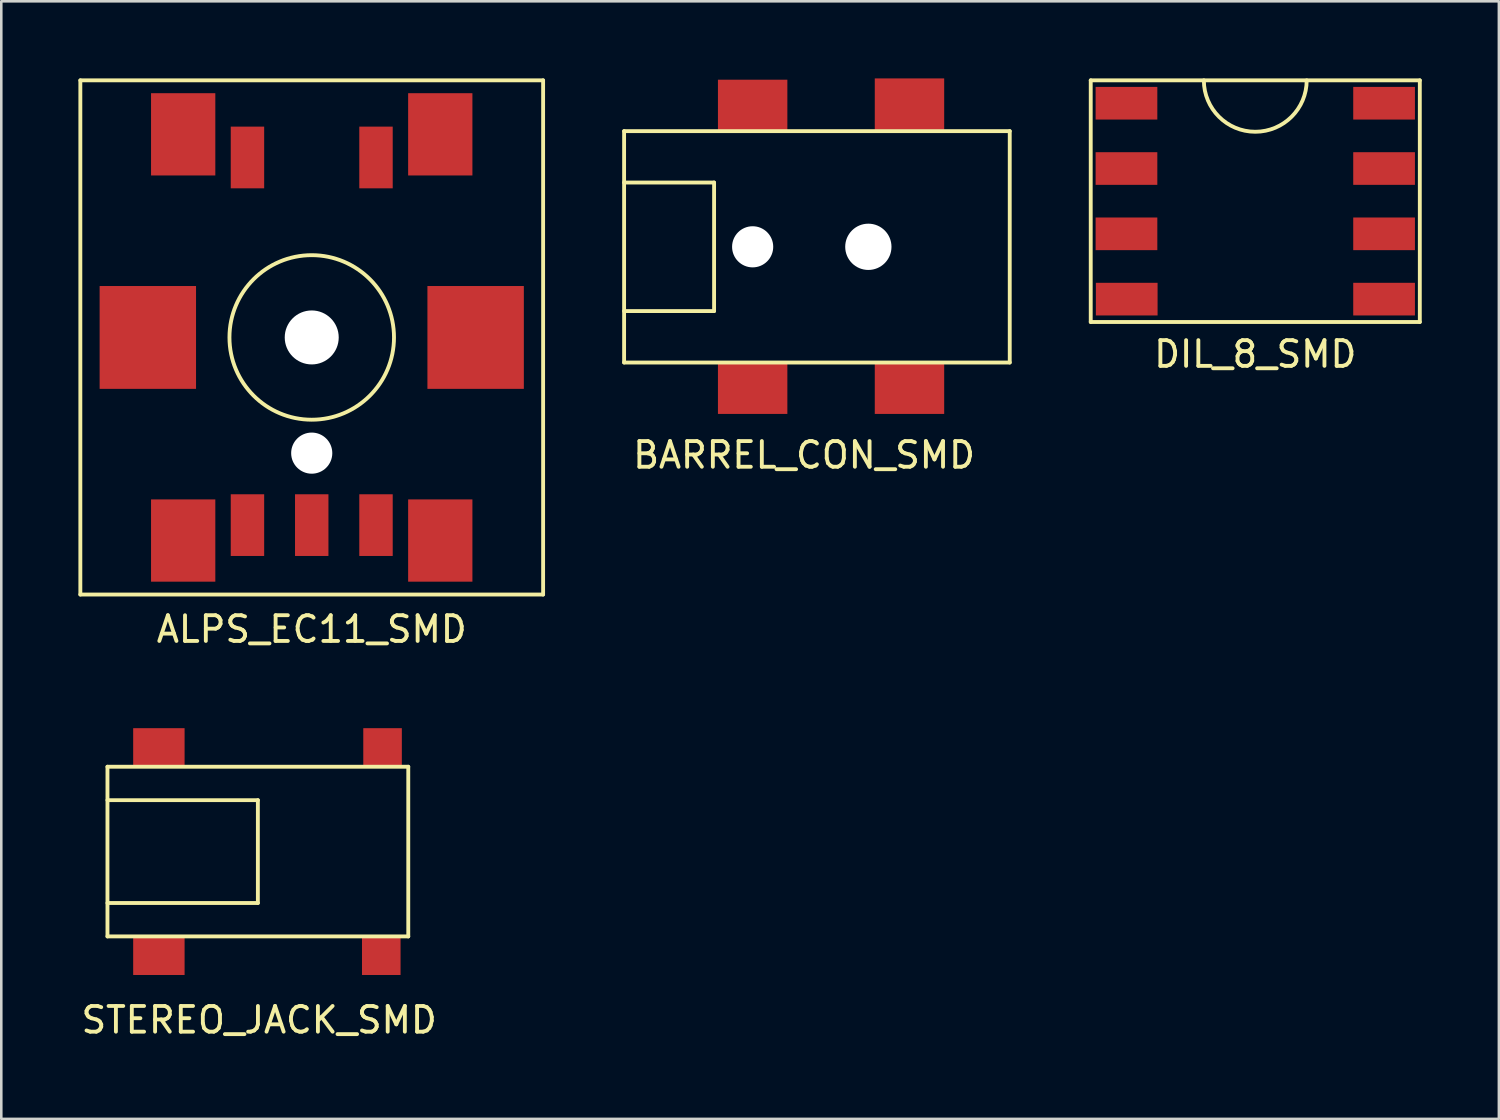
<source format=kicad_pcb>
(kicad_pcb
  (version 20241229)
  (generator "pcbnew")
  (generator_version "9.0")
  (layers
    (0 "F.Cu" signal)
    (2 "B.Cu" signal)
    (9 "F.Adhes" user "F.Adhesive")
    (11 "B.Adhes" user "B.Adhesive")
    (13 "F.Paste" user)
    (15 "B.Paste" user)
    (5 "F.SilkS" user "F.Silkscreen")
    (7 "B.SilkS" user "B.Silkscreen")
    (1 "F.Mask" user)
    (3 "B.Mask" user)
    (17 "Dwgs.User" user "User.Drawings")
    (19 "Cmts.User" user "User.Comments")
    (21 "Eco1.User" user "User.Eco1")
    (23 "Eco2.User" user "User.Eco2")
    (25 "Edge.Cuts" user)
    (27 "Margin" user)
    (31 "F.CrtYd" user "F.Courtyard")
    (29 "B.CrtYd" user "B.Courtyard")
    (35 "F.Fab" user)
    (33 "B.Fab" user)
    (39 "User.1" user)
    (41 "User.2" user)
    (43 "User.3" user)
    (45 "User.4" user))
  (footprint "STEREO_JACK_SMD"
    (layer "F.Cu")
    (at 6.98 30.073)
    (property "Reference" "STEREO_JACK_SMD" (at 0.05 6.55 0) (layer "F.SilkS") (effects (font (size 1 1) (thickness 0.15))))
    (attr through_hole)
    (fp_line (start -5.85 -3.3) (end -5.85 3.3) (stroke (width 0.15) (type solid)) (layer "F.SilkS"))
    (fp_line (start -5.85 -3.3) (end 5.85 -3.3) (stroke (width 0.15) (type solid)) (layer "F.SilkS"))
    (fp_line (start -5.85 -2) (end 0 -2) (stroke (width 0.15) (type solid)) (layer "F.SilkS"))
    (fp_line (start -5.85 3.3) (end 5.85 3.3) (stroke (width 0.15) (type solid)) (layer "F.SilkS"))
    (fp_line (start 0 -2) (end 0 2) (stroke (width 0.15) (type solid)) (layer "F.SilkS"))
    (fp_line (start 0 2) (end -5.85 2) (stroke (width 0.15) (type solid)) (layer "F.SilkS"))
    (fp_line (start 5.85 -3.3) (end 5.85 3.3) (stroke (width 0.15) (type solid)) (layer "F.SilkS"))
    (pad "R" smd rect (at 4.8 4.05) (size 1.5 1.5) (layers "F.Cu" "F.Mask" "F.Paste"))
    (pad "S" smd rect (at -3.85 -4.05) (size 2 1.5) (layers "F.Cu" "F.Mask" "F.Paste"))
    (pad "S" smd rect (at -3.85 4.05) (size 2 1.5) (layers "F.Cu" "F.Mask" "F.Paste"))
    (pad "T" smd rect (at 4.85 -4.05) (size 1.5 1.5) (layers "F.Cu" "F.Mask" "F.Paste")))
  (footprint "DIL_8_SMD"
    (layer "F.Cu")
    (at 45.775 4.775)
    (property "Reference" "DIL_8_SMD" (at 0 5.95 0) (layer "F.SilkS") (effects (font (size 1 1) (thickness 0.15))))
    (attr through_hole)
    (fp_line (start -6.4 -4.7) (end 6.4 -4.7) (stroke (width 0.15) (type solid)) (layer "F.SilkS"))
    (fp_line (start -6.4 4.7) (end -6.4 -4.7) (stroke (width 0.15) (type solid)) (layer "F.SilkS"))
    (fp_line (start 6.4 -4.7) (end 6.4 4.7) (stroke (width 0.15) (type solid)) (layer "F.SilkS"))
    (fp_line (start 6.4 4.7) (end -6.4 4.7) (stroke (width 0.15) (type solid)) (layer "F.SilkS"))
    (fp_arc (start 2 -4.7) (mid 0 -2.7) (end -2 -4.7) (stroke (width 0.15) (type solid)) (layer "F.SilkS"))
    (pad "1" smd rect (at -5.01 -3.81) (size 2.4 1.27) (layers "F.Cu" "F.Mask" "F.Paste"))
    (pad "2" smd rect (at -5.01 -1.27) (size 2.4 1.27) (layers "F.Cu" "F.Mask" "F.Paste"))
    (pad "3" smd rect (at -5.01 1.27) (size 2.4 1.27) (layers "F.Cu" "F.Mask" "F.Paste"))
    (pad "4" smd rect (at -5 3.81) (size 2.4 1.27) (layers "F.Cu" "F.Mask" "F.Paste"))
    (pad "5" smd rect (at 5.01 3.81) (size 2.4 1.27) (layers "F.Cu" "F.Mask" "F.Paste"))
    (pad "6" smd rect (at 5.01 1.27) (size 2.4 1.27) (layers "F.Cu" "F.Mask" "F.Paste"))
    (pad "7" smd rect (at 5.01 -1.27) (size 2.4 1.27) (layers "F.Cu" "F.Mask" "F.Paste"))
    (pad "8" smd rect (at 5.01 -3.81) (size 2.4 1.27) (layers "F.Cu" "F.Mask" "F.Paste")))
  (footprint "BARREL_CON_SMD"
    (layer "F.Cu")
    (at 28.225 6.55)
    (property "Reference" "BARREL_CON_SMD" (at 0 8.1 0) (layer "F.SilkS") (effects (font (size 1 1) (thickness 0.15))))
    (attr through_hole)
    (fp_line (start -7 -4.5) (end 8 -4.5) (stroke (width 0.15) (type solid)) (layer "F.SilkS"))
    (fp_line (start -7 -2.5) (end -3.5 -2.5) (stroke (width 0.15) (type solid)) (layer "F.SilkS"))
    (fp_line (start -7 4.5) (end -7 -4.5) (stroke (width 0.15) (type solid)) (layer "F.SilkS"))
    (fp_line (start -3.5 -2.5) (end -3.5 2.5) (stroke (width 0.15) (type solid)) (layer "F.SilkS"))
    (fp_line (start -3.5 2.5) (end -7 2.5) (stroke (width 0.15) (type solid)) (layer "F.SilkS"))
    (fp_line (start 8 -4.5) (end 8 4.5) (stroke (width 0.15) (type solid)) (layer "F.SilkS"))
    (fp_line (start 8 4.5) (end -7 4.5) (stroke (width 0.15) (type solid)) (layer "F.SilkS"))
    (pad "" np_thru_hole circle (at -2 0) (size 1.6 1.6) (drill 1.6) (layers "*.Cu" "*.Mask"))
    (pad "" np_thru_hole circle (at 2.5 0) (size 1.8 1.8) (drill 1.8) (layers "*.Cu" "*.Mask"))
    (pad "1" smd rect (at -2 -5.5) (size 2.7 2) (layers "F.Cu" "F.Mask" "F.Paste"))
    (pad "1" smd rect (at 4.1 -5.55) (size 2.7 2) (layers "F.Cu" "F.Mask" "F.Paste"))
    (pad "2" smd rect (at -2 5.5) (size 2.7 2) (layers "F.Cu" "F.Mask" "F.Paste"))
    (pad "3" smd rect (at 4.1 5.5) (size 2.7 2) (layers "F.Cu" "F.Mask" "F.Paste")))
  (footprint "ALPS_EC11_SMD"
    (layer "F.Cu")
    (at 9.075 10.075)
    (property "Reference" "ALPS_EC11_SMD" (at 0 11.35 0) (layer "F.SilkS") (effects (font (size 1 1) (thickness 0.15))))
    (attr through_hole)
    (fp_line (start -9 -10) (end 9 -10) (stroke (width 0.15) (type solid)) (layer "F.SilkS"))
    (fp_line (start -9 10) (end -9 -10) (stroke (width 0.15) (type solid)) (layer "F.SilkS"))
    (fp_line (start 9 -10) (end 9 10) (stroke (width 0.15) (type solid)) (layer "F.SilkS"))
    (fp_line (start 9 10) (end -9 10) (stroke (width 0.15) (type solid)) (layer "F.SilkS"))
    (fp_circle (center 0 0) (end 3.2 0) (stroke (width 0.15) (type solid)) (fill no) (layer "F.SilkS"))
    (pad "" np_thru_hole circle (at 0 0) (size 2.1 2.1) (drill 2.1) (layers "*.Cu" "*.Mask"))
    (pad "" np_thru_hole circle (at 0 4.5) (size 1.6 1.6) (drill 1.6) (layers "*.Cu" "*.Mask"))
    (pad "A" smd rect (at -2.5 7.3) (size 1.3 2.4) (layers "F.Cu" "F.Mask" "F.Paste"))
    (pad "B" smd rect (at 2.5 7.3) (size 1.3 2.4) (layers "F.Cu" "F.Mask" "F.Paste"))
    (pad "C" smd rect (at 0 7.3) (size 1.3 2.4) (layers "F.Cu" "F.Mask" "F.Paste"))
    (pad "MP" smd rect (at -6.375 0) (size 3.75 4) (layers "F.Cu" "F.Mask" "F.Paste"))
    (pad "MP" smd rect (at -5 -7.9) (size 2.5 3.2) (layers "F.Cu" "F.Mask" "F.Paste"))
    (pad "MP" smd rect (at -5 7.9) (size 2.5 3.2) (layers "F.Cu" "F.Mask" "F.Paste"))
    (pad "MP" smd rect (at -2.5 -7) (size 1.3 2.4) (layers "F.Cu" "F.Mask" "F.Paste"))
    (pad "MP" smd rect (at 2.5 -7) (size 1.3 2.4) (layers "F.Cu" "F.Mask" "F.Paste"))
    (pad "MP" smd rect (at 5 -7.9) (size 2.5 3.2) (layers "F.Cu" "F.Mask" "F.Paste"))
    (pad "MP" smd rect (at 5 7.9) (size 2.5 3.2) (layers "F.Cu" "F.Mask" "F.Paste"))
    (pad "MP" smd rect (at 6.375 0) (size 3.75 4) (layers "F.Cu" "F.Mask" "F.Paste")))
  (gr_rect
    (start -3 -3)
    (end 55.25 40.471)
    (stroke (width 0.1) (type default))
    (fill no)
    (layer "Edge.Cuts")))
</source>
